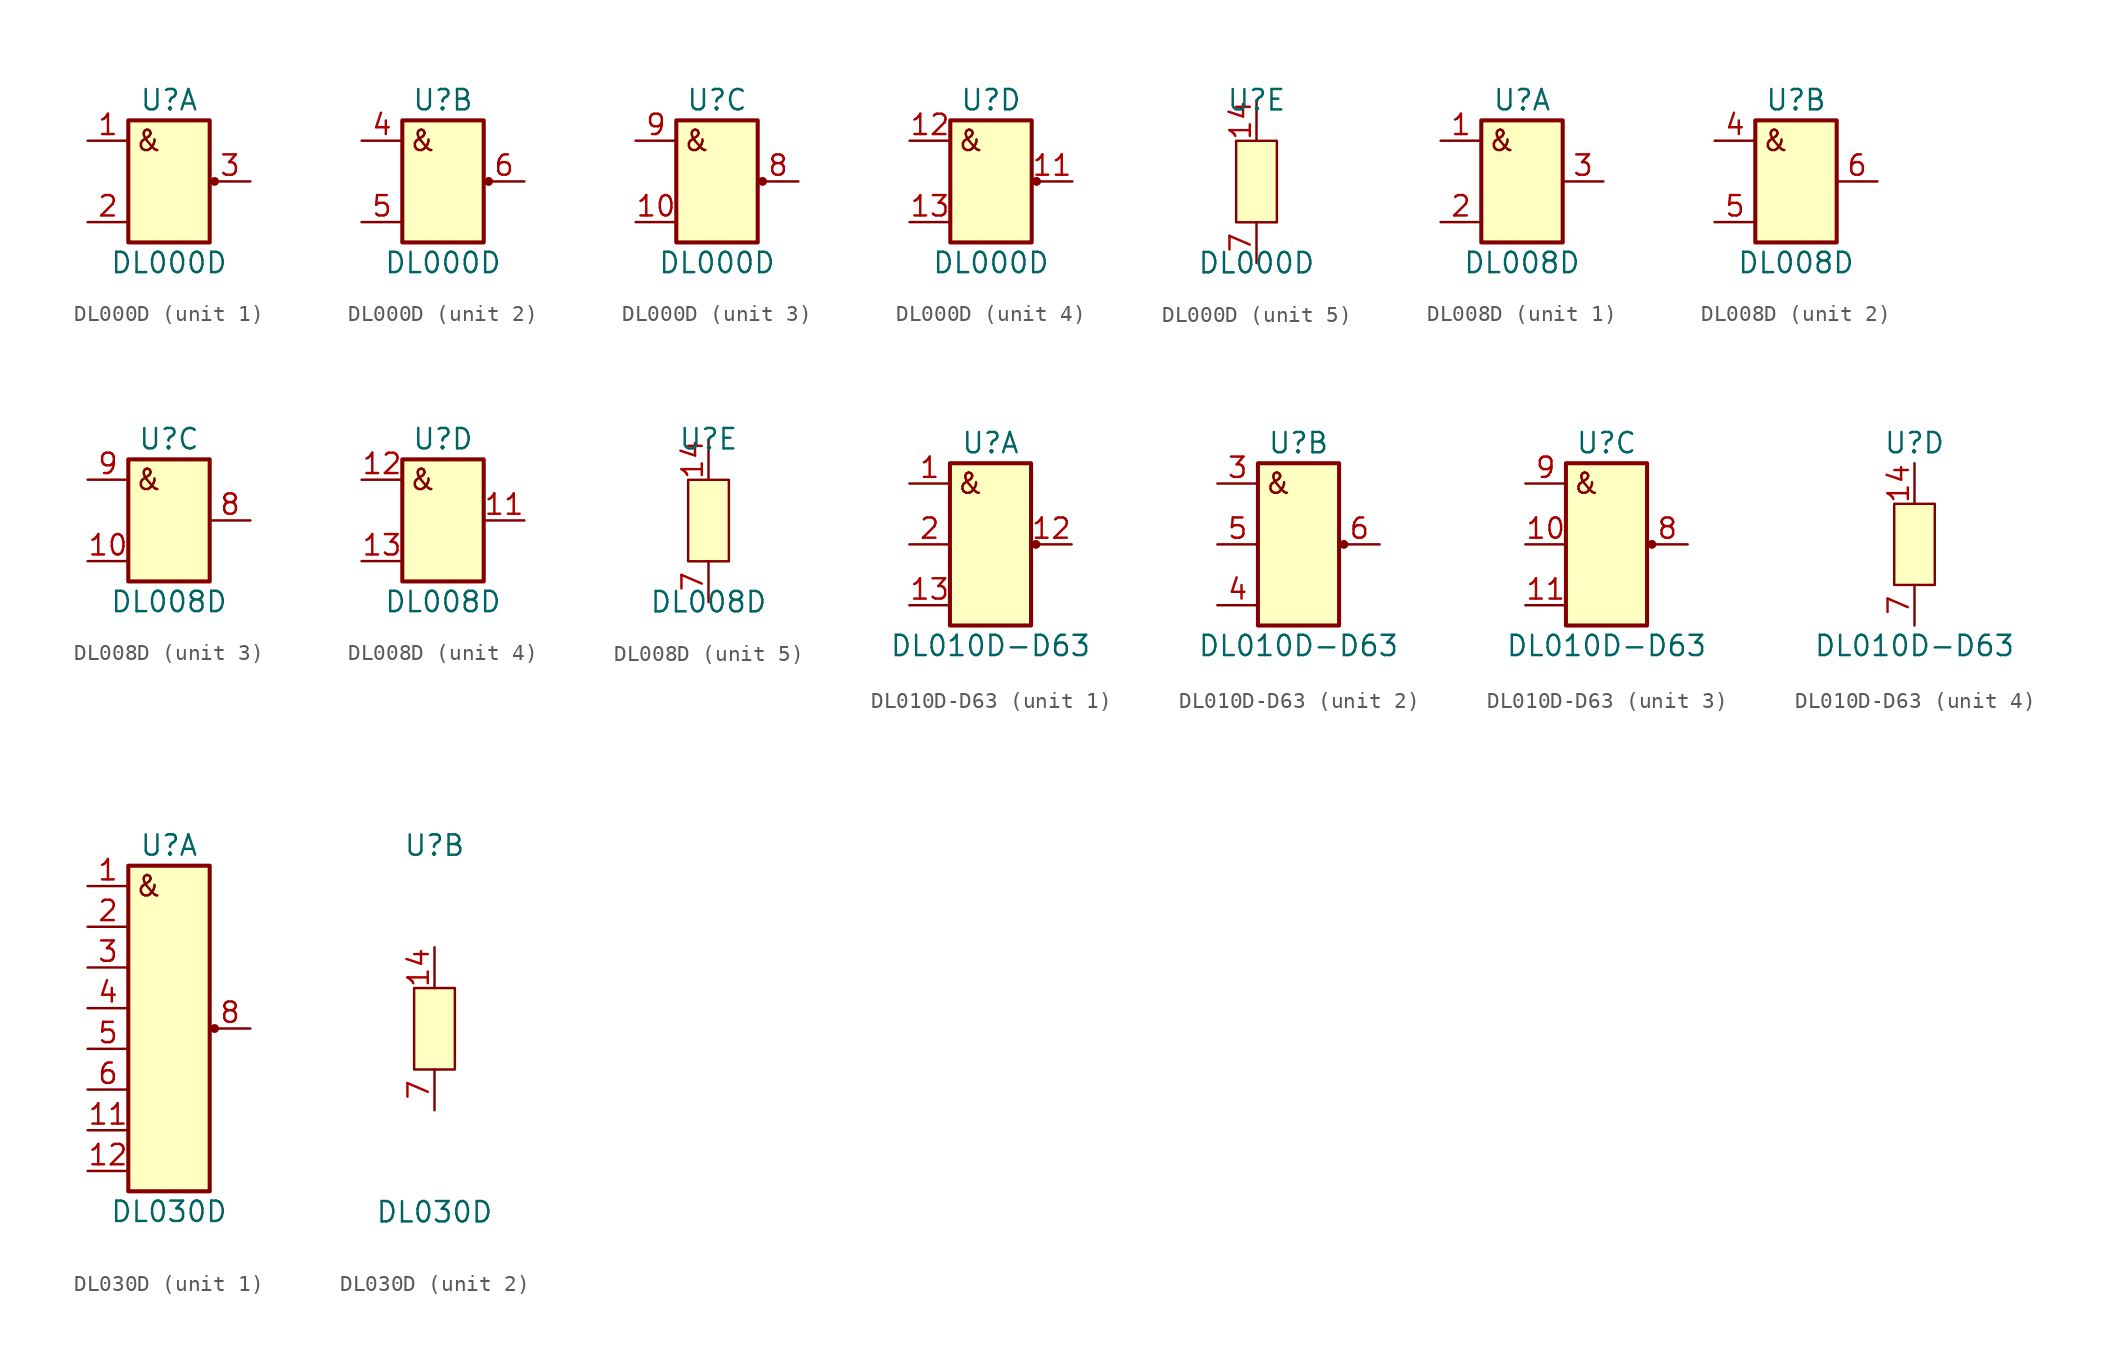
<source format=kicad_sym>
(kicad_symbol_lib
  (version 20241209)
  (generator "kicad_symbol_editor")
  (generator_version "9.0")
  (symbol "DL000D"
    (pin_names
      (offset 1.016)
      (hide yes))
    (property "Reference" "U"
      (at 0 5.08 0)
      (effects (font (size 1.27 1.27))))
    (property "Value" "DL000D"
      (at 0 -5.08 0)
      (effects (font (size 1.27 1.27))))
    (property "ki_locked" ""
      (at 0 0 0)
      (effects (font (size 1.27 1.27))))
    (symbol "DL000D_1_0"
      (pin output line (at 5.08 0 180) (length 2.54) (name "Y1" (effects (font (size 1.27 1.27)))) (number "3" (effects (font (size 1.27 1.27))))))
    (symbol "DL000D_1_1"
      (rectangle (start -2.54 3.81) (end 2.54 -3.81) (stroke (width 0.254) (type default)) (fill (type background)))
      (circle (center 2.845 0) (radius 0.203) (stroke (width 0) (type default)) (fill (type outline)))
      (text "&" (at -1.27 2.54 0) (effects (font (size 1.27 1.27))))
      (pin input line (at -5.08 2.54 0) (length 2.54) (name "A1" (effects (font (size 1.27 1.27)))) (number "1" (effects (font (size 1.27 1.27)))))
      (pin input line (at -5.08 -2.54 0) (length 2.54) (name "B1" (effects (font (size 1.27 1.27)))) (number "2" (effects (font (size 1.27 1.27))))))
    (symbol "DL000D_2_0"
      (pin input line (at -5.08 2.54 0) (length 2.54) (name "A2" (effects (font (size 1.27 1.27)))) (number "4" (effects (font (size 1.27 1.27)))))
      (pin input line (at -5.08 -2.54 0) (length 2.54) (name "B2" (effects (font (size 1.27 1.27)))) (number "5" (effects (font (size 1.27 1.27)))))
      (pin output line (at 5.08 0 180) (length 2.54) (name "Y2" (effects (font (size 1.27 1.27)))) (number "6" (effects (font (size 1.27 1.27))))))
    (symbol "DL000D_2_1"
      (rectangle (start -2.54 3.81) (end 2.54 -3.81) (stroke (width 0.254) (type default)) (fill (type background)))
      (circle (center 2.845 0) (radius 0.203) (stroke (width 0) (type default)) (fill (type outline)))
      (text "&" (at -1.27 2.54 0) (effects (font (size 1.27 1.27)))))
    (symbol "DL000D_3_0"
      (pin output line (at 5.08 0 180) (length 2.54) (name "Y3" (effects (font (size 1.27 1.27)))) (number "8" (effects (font (size 1.27 1.27))))))
    (symbol "DL000D_3_1"
      (rectangle (start -2.54 3.81) (end 2.54 -3.81) (stroke (width 0.254) (type default)) (fill (type background)))
      (circle (center 2.845 0) (radius 0.203) (stroke (width 0) (type default)) (fill (type outline)))
      (text "&" (at -1.27 2.54 0) (effects (font (size 1.27 1.27))))
      (pin input line (at -5.08 2.54 0) (length 2.54) (name "A3" (effects (font (size 1.27 1.27)))) (number "9" (effects (font (size 1.27 1.27)))))
      (pin input line (at -5.08 -2.54 0) (length 2.54) (name "B3" (effects (font (size 1.27 1.27)))) (number "10" (effects (font (size 1.27 1.27))))))
    (symbol "DL000D_4_0"
      (pin output line (at 5.08 0 180) (length 2.54) (name "Y4" (effects (font (size 1.27 1.27)))) (number "11" (effects (font (size 1.27 1.27))))))
    (symbol "DL000D_4_1"
      (rectangle (start -2.54 3.81) (end 2.54 -3.81) (stroke (width 0.254) (type default)) (fill (type background)))
      (circle (center 2.845 0) (radius 0.203) (stroke (width 0) (type default)) (fill (type outline)))
      (text "&" (at -1.27 2.54 0) (effects (font (size 1.27 1.27))))
      (pin input line (at -5.08 2.54 0) (length 2.54) (name "A4" (effects (font (size 1.27 1.27)))) (number "12" (effects (font (size 1.27 1.27)))))
      (pin input line (at -5.08 -2.54 0) (length 2.54) (name "B4" (effects (font (size 1.27 1.27)))) (number "13" (effects (font (size 1.27 1.27))))))
    (symbol "DL000D_5_1"
      (rectangle (start -1.27 2.54) (end 1.27 -2.54) (stroke (width 0) (type default)) (fill (type background)))
      (pin power_in line (at 0 5.08 270) (length 2.54) (name "Vcc" (effects (font (size 1.27 1.27)))) (number "14" (effects (font (size 1.27 1.27)))))
      (pin power_in line (at 0 -5.08 90) (length 2.54) (name "GND" (effects (font (size 1.27 1.27)))) (number "7" (effects (font (size 1.27 1.27)))))))
  (symbol "DL008D"
    (pin_names
      (offset 1.016)
      (hide yes))
    (property "Reference" "U"
      (at 0 5.08 0)
      (effects (font (size 1.27 1.27))))
    (property "Value" "DL008D"
      (at 0 -5.08 0)
      (effects (font (size 1.27 1.27))))
    (property "ki_locked" ""
      (at 0 0 0)
      (effects (font (size 1.27 1.27))))
    (symbol "DL008D_1_0"
      (pin output line (at 5.08 0 180) (length 2.54) (name "Y1" (effects (font (size 1.27 1.27)))) (number "3" (effects (font (size 1.27 1.27))))))
    (symbol "DL008D_1_1"
      (rectangle (start -2.54 3.81) (end 2.54 -3.81) (stroke (width 0.254) (type default)) (fill (type background)))
      (text "&" (at -1.27 2.54 0) (effects (font (size 1.27 1.27))))
      (pin input line (at -5.08 2.54 0) (length 2.54) (name "A1" (effects (font (size 1.27 1.27)))) (number "1" (effects (font (size 1.27 1.27)))))
      (pin input line (at -5.08 -2.54 0) (length 2.54) (name "B1" (effects (font (size 1.27 1.27)))) (number "2" (effects (font (size 1.27 1.27))))))
    (symbol "DL008D_2_0"
      (pin input line (at -5.08 2.54 0) (length 2.54) (name "A2" (effects (font (size 1.27 1.27)))) (number "4" (effects (font (size 1.27 1.27)))))
      (pin input line (at -5.08 -2.54 0) (length 2.54) (name "B2" (effects (font (size 1.27 1.27)))) (number "5" (effects (font (size 1.27 1.27)))))
      (pin output line (at 5.08 0 180) (length 2.54) (name "Y2" (effects (font (size 1.27 1.27)))) (number "6" (effects (font (size 1.27 1.27))))))
    (symbol "DL008D_2_1"
      (rectangle (start -2.54 3.81) (end 2.54 -3.81) (stroke (width 0.254) (type default)) (fill (type background)))
      (text "&" (at -1.27 2.54 0) (effects (font (size 1.27 1.27)))))
    (symbol "DL008D_3_0"
      (pin output line (at 5.08 0 180) (length 2.54) (name "Y3" (effects (font (size 1.27 1.27)))) (number "8" (effects (font (size 1.27 1.27))))))
    (symbol "DL008D_3_1"
      (rectangle (start -2.54 3.81) (end 2.54 -3.81) (stroke (width 0.254) (type default)) (fill (type background)))
      (text "&" (at -1.27 2.54 0) (effects (font (size 1.27 1.27))))
      (pin input line (at -5.08 2.54 0) (length 2.54) (name "A3" (effects (font (size 1.27 1.27)))) (number "9" (effects (font (size 1.27 1.27)))))
      (pin input line (at -5.08 -2.54 0) (length 2.54) (name "B3" (effects (font (size 1.27 1.27)))) (number "10" (effects (font (size 1.27 1.27))))))
    (symbol "DL008D_4_0"
      (pin output line (at 5.08 0 180) (length 2.54) (name "Y4" (effects (font (size 1.27 1.27)))) (number "11" (effects (font (size 1.27 1.27))))))
    (symbol "DL008D_4_1"
      (rectangle (start -2.54 3.81) (end 2.54 -3.81) (stroke (width 0.254) (type default)) (fill (type background)))
      (text "&" (at -1.27 2.54 0) (effects (font (size 1.27 1.27))))
      (pin input line (at -5.08 2.54 0) (length 2.54) (name "A4" (effects (font (size 1.27 1.27)))) (number "12" (effects (font (size 1.27 1.27)))))
      (pin input line (at -5.08 -2.54 0) (length 2.54) (name "B4" (effects (font (size 1.27 1.27)))) (number "13" (effects (font (size 1.27 1.27))))))
    (symbol "DL008D_5_1"
      (rectangle (start -1.27 2.54) (end 1.27 -2.54) (stroke (width 0) (type default)) (fill (type background)))
      (pin power_in line (at 0 5.08 270) (length 2.54) (name "Vcc" (effects (font (size 1.27 1.27)))) (number "14" (effects (font (size 1.27 1.27)))))
      (pin power_in line (at 0 -5.08 90) (length 2.54) (name "GND" (effects (font (size 1.27 1.27)))) (number "7" (effects (font (size 1.27 1.27)))))))
  (symbol "DL010D-D63"
    (pin_names
      (offset 1.016)
      (hide yes))
    (property "Reference" "U"
      (at 0 6.35 0)
      (effects (font (size 1.27 1.27))))
    (property "Value" "DL010D-D63"
      (at 0 -6.35 0)
      (effects (font (size 1.27 1.27))))
    (property "ki_locked" ""
      (at 0 0 0)
      (effects (font (size 1.27 1.27))))
    (symbol "DL010D-D63_1_0"
      (pin output line (at 5.08 0 180) (length 2.54) (name "Y1" (effects (font (size 1.27 1.27)))) (number "12" (effects (font (size 1.27 1.27))))))
    (symbol "DL010D-D63_1_1"
      (rectangle (start -2.54 5.08) (end 2.54 -5.08) (stroke (width 0.254) (type default)) (fill (type background)))
      (circle (center 2.845 0) (radius 0.203) (stroke (width 0) (type default)) (fill (type outline)))
      (text "&" (at -1.27 3.81 0) (effects (font (size 1.27 1.27))))
      (pin input line (at -5.08 3.81 0) (length 2.54) (name "A1" (effects (font (size 1.27 1.27)))) (number "1" (effects (font (size 1.27 1.27)))))
      (pin input line (at -5.08 0 0) (length 2.54) (name "B1" (effects (font (size 1.27 1.27)))) (number "2" (effects (font (size 1.27 1.27)))))
      (pin input line (at -5.08 -3.81 0) (length 2.54) (name "C1" (effects (font (size 1.27 1.27)))) (number "13" (effects (font (size 1.27 1.27))))))
    (symbol "DL010D-D63_2_1"
      (rectangle (start -2.54 5.08) (end 2.54 -5.08) (stroke (width 0.254) (type default)) (fill (type background)))
      (circle (center 2.845 0) (radius 0.203) (stroke (width 0) (type default)) (fill (type outline)))
      (text "&" (at -1.27 3.81 0) (effects (font (size 1.27 1.27))))
      (pin input line (at -5.08 3.81 0) (length 2.54) (name "A2" (effects (font (size 1.27 1.27)))) (number "3" (effects (font (size 1.27 1.27)))))
      (pin input line (at -5.08 0 0) (length 2.54) (name "C2" (effects (font (size 1.27 1.27)))) (number "5" (effects (font (size 1.27 1.27)))))
      (pin input line (at -5.08 -3.81 0) (length 2.54) (name "B2" (effects (font (size 1.27 1.27)))) (number "4" (effects (font (size 1.27 1.27)))))
      (pin output line (at 5.08 0 180) (length 2.54) (name "Y2" (effects (font (size 1.27 1.27)))) (number "6" (effects (font (size 1.27 1.27))))))
    (symbol "DL010D-D63_3_1"
      (rectangle (start -2.54 5.08) (end 2.54 -5.08) (stroke (width 0.254) (type default)) (fill (type background)))
      (circle (center 2.845 0) (radius 0.203) (stroke (width 0) (type default)) (fill (type outline)))
      (text "&" (at -1.27 3.81 0) (effects (font (size 1.27 1.27))))
      (pin input line (at -5.08 3.81 0) (length 2.54) (name "A3" (effects (font (size 1.27 1.27)))) (number "9" (effects (font (size 1.27 1.27)))))
      (pin input line (at -5.08 0 0) (length 2.54) (name "B3" (effects (font (size 1.27 1.27)))) (number "10" (effects (font (size 1.27 1.27)))))
      (pin input line (at -5.08 -3.81 0) (length 2.54) (name "C3" (effects (font (size 1.27 1.27)))) (number "11" (effects (font (size 1.27 1.27)))))
      (pin output line (at 5.08 0 180) (length 2.54) (name "Y3" (effects (font (size 1.27 1.27)))) (number "8" (effects (font (size 1.27 1.27))))))
    (symbol "DL010D-D63_4_1"
      (rectangle (start -1.27 2.54) (end 1.27 -2.54) (stroke (width 0) (type default)) (fill (type background)))
      (pin power_in line (at 0 5.08 270) (length 2.54) (name "Vcc" (effects (font (size 1.27 1.27)))) (number "14" (effects (font (size 1.27 1.27)))))
      (pin power_in line (at 0 -5.08 90) (length 2.54) (name "GND" (effects (font (size 1.27 1.27)))) (number "7" (effects (font (size 1.27 1.27)))))))
  (symbol "DL030D"
    (pin_names
      (offset 1.016)
      (hide yes))
    (property "Reference" "U"
      (at 0 11.43 0)
      (effects (font (size 1.27 1.27))))
    (property "Value" "DL030D"
      (at 0 -11.43 0)
      (effects (font (size 1.27 1.27))))
    (property "ki_locked" ""
      (at 0 0 0)
      (effects (font (size 1.27 1.27))))
    (symbol "DL030D_1_0"
      (pin output line (at 5.08 0 180) (length 2.54) (name "Y" (effects (font (size 1.27 1.27)))) (number "8" (effects (font (size 1.27 1.27))))))
    (symbol "DL030D_1_1"
      (rectangle (start -2.54 10.16) (end 2.54 -10.16) (stroke (width 0.254) (type default)) (fill (type background)))
      (circle (center 2.845 0) (radius 0.203) (stroke (width 0) (type default)) (fill (type outline)))
      (text "&" (at -1.27 8.89 0) (effects (font (size 1.27 1.27))))
      (pin input line (at -5.08 8.89 0) (length 2.54) (name "A" (effects (font (size 1.27 1.27)))) (number "1" (effects (font (size 1.27 1.27)))))
      (pin input line (at -5.08 6.35 0) (length 2.54) (name "B" (effects (font (size 1.27 1.27)))) (number "2" (effects (font (size 1.27 1.27)))))
      (pin input line (at -5.08 3.81 0) (length 2.54) (name "C" (effects (font (size 1.27 1.27)))) (number "3" (effects (font (size 1.27 1.27)))))
      (pin input line (at -5.08 1.27 0) (length 2.54) (name "D" (effects (font (size 1.27 1.27)))) (number "4" (effects (font (size 1.27 1.27)))))
      (pin input line (at -5.08 -1.27 0) (length 2.54) (name "E" (effects (font (size 1.27 1.27)))) (number "5" (effects (font (size 1.27 1.27)))))
      (pin input line (at -5.08 -3.81 0) (length 2.54) (name "F" (effects (font (size 1.27 1.27)))) (number "6" (effects (font (size 1.27 1.27)))))
      (pin input line (at -5.08 -6.35 0) (length 2.54) (name "G" (effects (font (size 1.27 1.27)))) (number "11" (effects (font (size 1.27 1.27)))))
      (pin input line (at -5.08 -8.89 0) (length 2.54) (name "H" (effects (font (size 1.27 1.27)))) (number "12" (effects (font (size 1.27 1.27)))))
      (pin no_connect line (at 5.08 7.62 180) (length 2.54) (hide yes) (name "n.c." (effects (font (size 1.27 1.27)))) (number "13" (effects (font (size 1.27 1.27)))))
      (pin no_connect line (at 5.08 5.08 180) (length 2.54) (hide yes) (name "n.c." (effects (font (size 1.27 1.27)))) (number "10" (effects (font (size 1.27 1.27)))))
      (pin no_connect line (at 5.08 2.54 180) (length 2.54) (hide yes) (name "n.c." (effects (font (size 1.27 1.27)))) (number "9" (effects (font (size 1.27 1.27))))))
    (symbol "DL030D_2_1"
      (rectangle (start -1.27 2.54) (end 1.27 -2.54) (stroke (width 0) (type default)) (fill (type background)))
      (pin power_in line (at 0 5.08 270) (length 2.54) (name "Vcc" (effects (font (size 1.27 1.27)))) (number "14" (effects (font (size 1.27 1.27)))))
      (pin power_in line (at 0 -5.08 90) (length 2.54) (name "GND" (effects (font (size 1.27 1.27)))) (number "7" (effects (font (size 1.27 1.27))))))))
</source>
